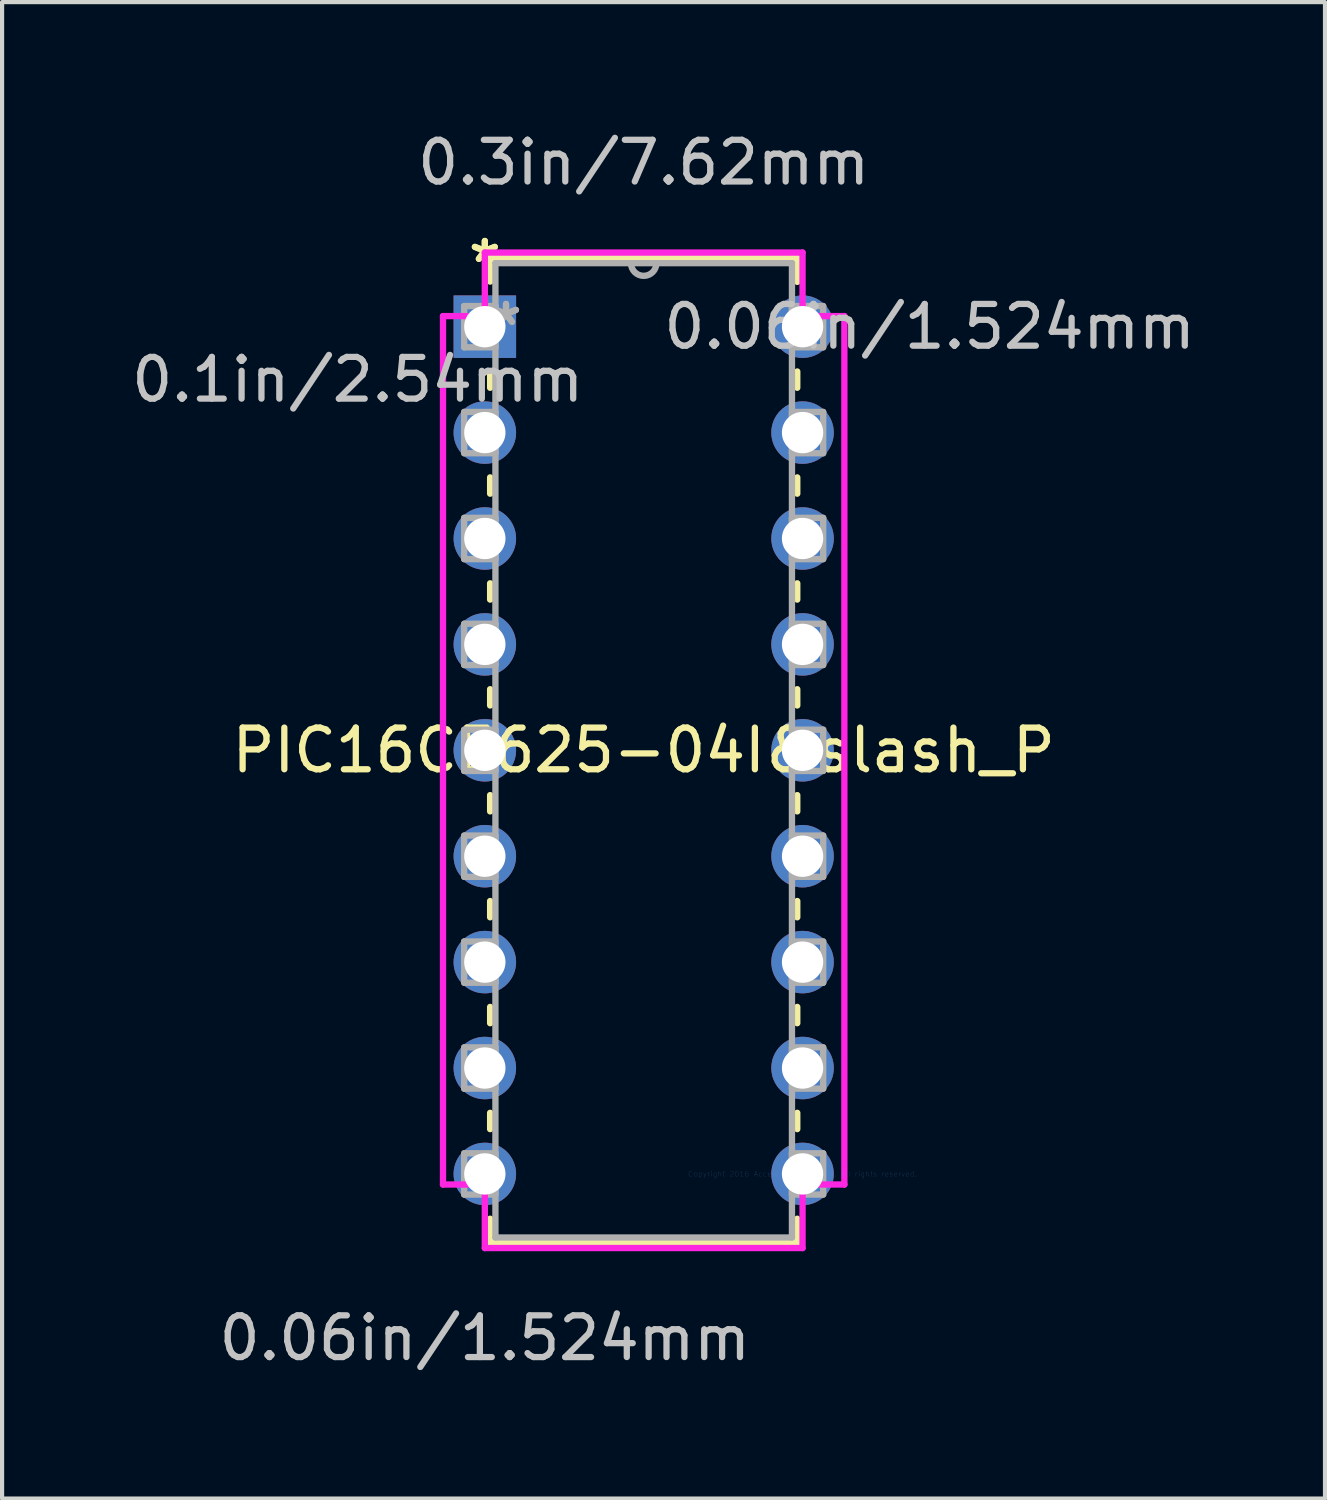
<source format=kicad_pcb>
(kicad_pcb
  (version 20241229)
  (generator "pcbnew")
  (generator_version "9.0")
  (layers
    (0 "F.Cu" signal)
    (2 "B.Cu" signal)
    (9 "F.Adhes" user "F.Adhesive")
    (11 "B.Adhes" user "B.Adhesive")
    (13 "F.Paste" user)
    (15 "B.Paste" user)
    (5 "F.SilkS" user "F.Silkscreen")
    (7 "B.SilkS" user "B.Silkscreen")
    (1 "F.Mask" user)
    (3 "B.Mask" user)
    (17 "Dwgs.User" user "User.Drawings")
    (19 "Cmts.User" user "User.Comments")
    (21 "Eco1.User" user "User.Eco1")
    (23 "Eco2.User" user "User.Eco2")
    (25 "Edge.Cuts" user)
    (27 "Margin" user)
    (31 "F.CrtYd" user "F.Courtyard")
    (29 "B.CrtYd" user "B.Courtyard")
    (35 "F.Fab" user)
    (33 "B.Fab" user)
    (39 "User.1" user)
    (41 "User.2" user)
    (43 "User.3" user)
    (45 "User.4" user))
  (footprint "PIC16CE625-04I&slash_P"
    (layer "F.Cu")
    (at 16.198 25.105)
    (property "Reference" "PIC16CE625-04I&slash_P" (at -3.81 -10.16 0) (layer "F.SilkS") (effects (font (size 1 1) (thickness 0.15))))
    (attr through_hole)
    (fp_line (start -7.493 -21.971) (end -7.493 -21.402) (stroke (width 0.152) (type solid)) (layer "F.SilkS"))
    (fp_line (start -7.493 -19.238) (end -7.493 -18.855) (stroke (width 0.152) (type solid)) (layer "F.SilkS"))
    (fp_line (start -7.493 -16.705) (end -7.493 -16.315) (stroke (width 0.152) (type solid)) (layer "F.SilkS"))
    (fp_line (start -7.493 -14.165) (end -7.493 -13.775) (stroke (width 0.152) (type solid)) (layer "F.SilkS"))
    (fp_line (start -7.493 -11.625) (end -7.493 -11.235) (stroke (width 0.152) (type solid)) (layer "F.SilkS"))
    (fp_line (start -7.493 -9.085) (end -7.493 -8.695) (stroke (width 0.152) (type solid)) (layer "F.SilkS"))
    (fp_line (start -7.493 -6.545) (end -7.493 -6.155) (stroke (width 0.152) (type solid)) (layer "F.SilkS"))
    (fp_line (start -7.493 -4.005) (end -7.493 -3.615) (stroke (width 0.152) (type solid)) (layer "F.SilkS"))
    (fp_line (start -7.493 -1.465) (end -7.493 -1.075) (stroke (width 0.152) (type solid)) (layer "F.SilkS"))
    (fp_line (start -7.493 1.075) (end -7.493 1.651) (stroke (width 0.152) (type solid)) (layer "F.SilkS"))
    (fp_line (start -7.493 1.651) (end -0.127 1.651) (stroke (width 0.152) (type solid)) (layer "F.SilkS"))
    (fp_line (start -0.127 -21.971) (end -7.493 -21.971) (stroke (width 0.152) (type solid)) (layer "F.SilkS"))
    (fp_line (start -0.127 -21.395) (end -0.127 -21.971) (stroke (width 0.152) (type solid)) (layer "F.SilkS"))
    (fp_line (start -0.127 -18.855) (end -0.127 -19.245) (stroke (width 0.152) (type solid)) (layer "F.SilkS"))
    (fp_line (start -0.127 -16.315) (end -0.127 -16.705) (stroke (width 0.152) (type solid)) (layer "F.SilkS"))
    (fp_line (start -0.127 -13.775) (end -0.127 -14.165) (stroke (width 0.152) (type solid)) (layer "F.SilkS"))
    (fp_line (start -0.127 -11.235) (end -0.127 -11.625) (stroke (width 0.152) (type solid)) (layer "F.SilkS"))
    (fp_line (start -0.127 -8.695) (end -0.127 -9.085) (stroke (width 0.152) (type solid)) (layer "F.SilkS"))
    (fp_line (start -0.127 -6.155) (end -0.127 -6.545) (stroke (width 0.152) (type solid)) (layer "F.SilkS"))
    (fp_line (start -0.127 -3.615) (end -0.127 -4.005) (stroke (width 0.152) (type solid)) (layer "F.SilkS"))
    (fp_line (start -0.127 -1.075) (end -0.127 -1.465) (stroke (width 0.152) (type solid)) (layer "F.SilkS"))
    (fp_line (start -0.127 1.651) (end -0.127 1.075) (stroke (width 0.152) (type solid)) (layer "F.SilkS"))
    (fp_line (start -8.623 -20.574) (end -8.623 0.254) (stroke (width 0.152) (type solid)) (layer "F.CrtYd"))
    (fp_line (start -8.623 0.254) (end -7.62 0.254) (stroke (width 0.152) (type solid)) (layer "F.CrtYd"))
    (fp_line (start -7.62 -22.098) (end -7.62 -20.574) (stroke (width 0.152) (type solid)) (layer "F.CrtYd"))
    (fp_line (start -7.62 -20.574) (end -8.623 -20.574) (stroke (width 0.152) (type solid)) (layer "F.CrtYd"))
    (fp_line (start -7.62 0.254) (end -7.62 1.778) (stroke (width 0.152) (type solid)) (layer "F.CrtYd"))
    (fp_line (start -7.62 1.778) (end 0 1.778) (stroke (width 0.152) (type solid)) (layer "F.CrtYd"))
    (fp_line (start 0 -22.098) (end -7.62 -22.098) (stroke (width 0.152) (type solid)) (layer "F.CrtYd"))
    (fp_line (start 0 -20.574) (end 0 -22.098) (stroke (width 0.152) (type solid)) (layer "F.CrtYd"))
    (fp_line (start 0 0.254) (end 1.003 0.254) (stroke (width 0.152) (type solid)) (layer "F.CrtYd"))
    (fp_line (start 0 1.778) (end 0 0.254) (stroke (width 0.152) (type solid)) (layer "F.CrtYd"))
    (fp_line (start 1.003 -20.574) (end 0 -20.574) (stroke (width 0.152) (type solid)) (layer "F.CrtYd"))
    (fp_line (start 1.003 0.254) (end 1.003 -20.574) (stroke (width 0.152) (type solid)) (layer "F.CrtYd"))
    (fp_line (start -8.115 -20.815) (end -8.115 -19.825) (stroke (width 0.152) (type solid)) (layer "F.Fab"))
    (fp_line (start -8.115 -19.825) (end -7.366 -19.825) (stroke (width 0.152) (type solid)) (layer "F.Fab"))
    (fp_line (start -8.115 -18.275) (end -8.115 -17.285) (stroke (width 0.152) (type solid)) (layer "F.Fab"))
    (fp_line (start -8.115 -17.285) (end -7.366 -17.285) (stroke (width 0.152) (type solid)) (layer "F.Fab"))
    (fp_line (start -8.115 -15.735) (end -8.115 -14.745) (stroke (width 0.152) (type solid)) (layer "F.Fab"))
    (fp_line (start -8.115 -14.745) (end -7.366 -14.745) (stroke (width 0.152) (type solid)) (layer "F.Fab"))
    (fp_line (start -8.115 -13.195) (end -8.115 -12.205) (stroke (width 0.152) (type solid)) (layer "F.Fab"))
    (fp_line (start -8.115 -12.205) (end -7.366 -12.205) (stroke (width 0.152) (type solid)) (layer "F.Fab"))
    (fp_line (start -8.115 -10.655) (end -8.115 -9.665) (stroke (width 0.152) (type solid)) (layer "F.Fab"))
    (fp_line (start -8.115 -9.665) (end -7.366 -9.665) (stroke (width 0.152) (type solid)) (layer "F.Fab"))
    (fp_line (start -8.115 -8.115) (end -8.115 -7.125) (stroke (width 0.152) (type solid)) (layer "F.Fab"))
    (fp_line (start -8.115 -7.125) (end -7.366 -7.125) (stroke (width 0.152) (type solid)) (layer "F.Fab"))
    (fp_line (start -8.115 -5.575) (end -8.115 -4.585) (stroke (width 0.152) (type solid)) (layer "F.Fab"))
    (fp_line (start -8.115 -4.585) (end -7.366 -4.585) (stroke (width 0.152) (type solid)) (layer "F.Fab"))
    (fp_line (start -8.115 -3.035) (end -8.115 -2.045) (stroke (width 0.152) (type solid)) (layer "F.Fab"))
    (fp_line (start -8.115 -2.045) (end -7.366 -2.045) (stroke (width 0.152) (type solid)) (layer "F.Fab"))
    (fp_line (start -8.115 -0.495) (end -8.115 0.495) (stroke (width 0.152) (type solid)) (layer "F.Fab"))
    (fp_line (start -8.115 0.495) (end -7.366 0.495) (stroke (width 0.152) (type solid)) (layer "F.Fab"))
    (fp_line (start -7.366 -21.844) (end -7.366 1.524) (stroke (width 0.152) (type solid)) (layer "F.Fab"))
    (fp_line (start -7.366 -20.815) (end -8.115 -20.815) (stroke (width 0.152) (type solid)) (layer "F.Fab"))
    (fp_line (start -7.366 -19.825) (end -7.366 -20.815) (stroke (width 0.152) (type solid)) (layer "F.Fab"))
    (fp_line (start -7.366 -18.275) (end -8.115 -18.275) (stroke (width 0.152) (type solid)) (layer "F.Fab"))
    (fp_line (start -7.366 -17.285) (end -7.366 -18.275) (stroke (width 0.152) (type solid)) (layer "F.Fab"))
    (fp_line (start -7.366 -15.735) (end -8.115 -15.735) (stroke (width 0.152) (type solid)) (layer "F.Fab"))
    (fp_line (start -7.366 -14.745) (end -7.366 -15.735) (stroke (width 0.152) (type solid)) (layer "F.Fab"))
    (fp_line (start -7.366 -13.195) (end -8.115 -13.195) (stroke (width 0.152) (type solid)) (layer "F.Fab"))
    (fp_line (start -7.366 -12.205) (end -7.366 -13.195) (stroke (width 0.152) (type solid)) (layer "F.Fab"))
    (fp_line (start -7.366 -10.655) (end -8.115 -10.655) (stroke (width 0.152) (type solid)) (layer "F.Fab"))
    (fp_line (start -7.366 -9.665) (end -7.366 -10.655) (stroke (width 0.152) (type solid)) (layer "F.Fab"))
    (fp_line (start -7.366 -8.115) (end -8.115 -8.115) (stroke (width 0.152) (type solid)) (layer "F.Fab"))
    (fp_line (start -7.366 -7.125) (end -7.366 -8.115) (stroke (width 0.152) (type solid)) (layer "F.Fab"))
    (fp_line (start -7.366 -5.575) (end -8.115 -5.575) (stroke (width 0.152) (type solid)) (layer "F.Fab"))
    (fp_line (start -7.366 -4.585) (end -7.366 -5.575) (stroke (width 0.152) (type solid)) (layer "F.Fab"))
    (fp_line (start -7.366 -3.035) (end -8.115 -3.035) (stroke (width 0.152) (type solid)) (layer "F.Fab"))
    (fp_line (start -7.366 -2.045) (end -7.366 -3.035) (stroke (width 0.152) (type solid)) (layer "F.Fab"))
    (fp_line (start -7.366 -0.495) (end -8.115 -0.495) (stroke (width 0.152) (type solid)) (layer "F.Fab"))
    (fp_line (start -7.366 0.495) (end -7.366 -0.495) (stroke (width 0.152) (type solid)) (layer "F.Fab"))
    (fp_line (start -7.366 1.524) (end -0.254 1.524) (stroke (width 0.152) (type solid)) (layer "F.Fab"))
    (fp_line (start -0.254 -21.844) (end -7.366 -21.844) (stroke (width 0.152) (type solid)) (layer "F.Fab"))
    (fp_line (start -0.254 -20.815) (end -0.254 -19.825) (stroke (width 0.152) (type solid)) (layer "F.Fab"))
    (fp_line (start -0.254 -19.825) (end 0.495 -19.825) (stroke (width 0.152) (type solid)) (layer "F.Fab"))
    (fp_line (start -0.254 -18.275) (end -0.254 -17.285) (stroke (width 0.152) (type solid)) (layer "F.Fab"))
    (fp_line (start -0.254 -17.285) (end 0.495 -17.285) (stroke (width 0.152) (type solid)) (layer "F.Fab"))
    (fp_line (start -0.254 -15.735) (end -0.254 -14.745) (stroke (width 0.152) (type solid)) (layer "F.Fab"))
    (fp_line (start -0.254 -14.745) (end 0.495 -14.745) (stroke (width 0.152) (type solid)) (layer "F.Fab"))
    (fp_line (start -0.254 -13.195) (end -0.254 -12.205) (stroke (width 0.152) (type solid)) (layer "F.Fab"))
    (fp_line (start -0.254 -12.205) (end 0.495 -12.205) (stroke (width 0.152) (type solid)) (layer "F.Fab"))
    (fp_line (start -0.254 -10.655) (end -0.254 -9.665) (stroke (width 0.152) (type solid)) (layer "F.Fab"))
    (fp_line (start -0.254 -9.665) (end 0.495 -9.665) (stroke (width 0.152) (type solid)) (layer "F.Fab"))
    (fp_line (start -0.254 -8.115) (end -0.254 -7.125) (stroke (width 0.152) (type solid)) (layer "F.Fab"))
    (fp_line (start -0.254 -7.125) (end 0.495 -7.125) (stroke (width 0.152) (type solid)) (layer "F.Fab"))
    (fp_line (start -0.254 -5.575) (end -0.254 -4.585) (stroke (width 0.152) (type solid)) (layer "F.Fab"))
    (fp_line (start -0.254 -4.585) (end 0.495 -4.585) (stroke (width 0.152) (type solid)) (layer "F.Fab"))
    (fp_line (start -0.254 -3.035) (end -0.254 -2.045) (stroke (width 0.152) (type solid)) (layer "F.Fab"))
    (fp_line (start -0.254 -2.045) (end 0.495 -2.045) (stroke (width 0.152) (type solid)) (layer "F.Fab"))
    (fp_line (start -0.254 -0.495) (end -0.254 0.495) (stroke (width 0.152) (type solid)) (layer "F.Fab"))
    (fp_line (start -0.254 0.495) (end 0.495 0.495) (stroke (width 0.152) (type solid)) (layer "F.Fab"))
    (fp_line (start -0.254 1.524) (end -0.254 -21.844) (stroke (width 0.152) (type solid)) (layer "F.Fab"))
    (fp_line (start 0.495 -20.815) (end -0.254 -20.815) (stroke (width 0.152) (type solid)) (layer "F.Fab"))
    (fp_line (start 0.495 -19.825) (end 0.495 -20.815) (stroke (width 0.152) (type solid)) (layer "F.Fab"))
    (fp_line (start 0.495 -18.275) (end -0.254 -18.275) (stroke (width 0.152) (type solid)) (layer "F.Fab"))
    (fp_line (start 0.495 -17.285) (end 0.495 -18.275) (stroke (width 0.152) (type solid)) (layer "F.Fab"))
    (fp_line (start 0.495 -15.735) (end -0.254 -15.735) (stroke (width 0.152) (type solid)) (layer "F.Fab"))
    (fp_line (start 0.495 -14.745) (end 0.495 -15.735) (stroke (width 0.152) (type solid)) (layer "F.Fab"))
    (fp_line (start 0.495 -13.195) (end -0.254 -13.195) (stroke (width 0.152) (type solid)) (layer "F.Fab"))
    (fp_line (start 0.495 -12.205) (end 0.495 -13.195) (stroke (width 0.152) (type solid)) (layer "F.Fab"))
    (fp_line (start 0.495 -10.655) (end -0.254 -10.655) (stroke (width 0.152) (type solid)) (layer "F.Fab"))
    (fp_line (start 0.495 -9.665) (end 0.495 -10.655) (stroke (width 0.152) (type solid)) (layer "F.Fab"))
    (fp_line (start 0.495 -8.115) (end -0.254 -8.115) (stroke (width 0.152) (type solid)) (layer "F.Fab"))
    (fp_line (start 0.495 -7.125) (end 0.495 -8.115) (stroke (width 0.152) (type solid)) (layer "F.Fab"))
    (fp_line (start 0.495 -5.575) (end -0.254 -5.575) (stroke (width 0.152) (type solid)) (layer "F.Fab"))
    (fp_line (start 0.495 -4.585) (end 0.495 -5.575) (stroke (width 0.152) (type solid)) (layer "F.Fab"))
    (fp_line (start 0.495 -3.035) (end -0.254 -3.035) (stroke (width 0.152) (type solid)) (layer "F.Fab"))
    (fp_line (start 0.495 -2.045) (end 0.495 -3.035) (stroke (width 0.152) (type solid)) (layer "F.Fab"))
    (fp_line (start 0.495 -0.495) (end -0.254 -0.495) (stroke (width 0.152) (type solid)) (layer "F.Fab"))
    (fp_line (start 0.495 0.495) (end 0.495 -0.495) (stroke (width 0.152) (type solid)) (layer "F.Fab"))
    (fp_arc (start -3.5052 -21.844) (mid -3.81 -21.5392) (end -4.1148 -21.844) (stroke (width 0.1524) (type solid)) (layer "F.Fab"))
    (fp_text user "*" (at -7.62 -21.831 0) (layer "F.SilkS") (effects (font (size 1 1) (thickness 0.15))))
    (fp_text user "*" (at -7.62 -21.831 0) (layer "F.SilkS") (effects (font (size 1 1) (thickness 0.15))))
    (fp_text user "0.06in/1.524mm" (at 3.048 -20.32 0) (layer "Dwgs.User") (effects (font (size 1 1) (thickness 0.15))))
    (fp_text user "0.1in/2.54mm" (at -10.668 -19.05 0) (layer "Dwgs.User") (effects (font (size 1 1) (thickness 0.15))))
    (fp_text user "0.06in/1.524mm" (at -7.62 3.937 0) (layer "Dwgs.User") (effects (font (size 1 1) (thickness 0.15))))
    (fp_text user "0.3in/7.62mm" (at -3.81 -24.257 0) (layer "Dwgs.User") (effects (font (size 1 1) (thickness 0.15))))
    (fp_text user "Copyright 2016 Accelerated Designs. All rights reserved." (at 0 0 0) (layer "Cmts.User") (effects (font (size 0.127 0.127) (thickness 0.002))))
    (fp_text user "*" (at -7.112 -20.32 0) (layer "F.Fab") (effects (font (size 1 1) (thickness 0.15))))
    (fp_text user "*" (at -7.112 -20.32 0) (layer "F.Fab") (effects (font (size 1 1) (thickness 0.15))))
    (pad "1" thru_hole rect (at -7.62 -20.32) (size 1.499 1.499) (drill 0.991) (layers "*.Cu" "*.Mask"))
    (pad "2" thru_hole circle (at -7.62 -17.78) (size 1.499 1.499) (drill 0.991) (layers "*.Cu" "*.Mask"))
    (pad "3" thru_hole circle (at -7.62 -15.24) (size 1.499 1.499) (drill 0.991) (layers "*.Cu" "*.Mask"))
    (pad "4" thru_hole circle (at -7.62 -12.7) (size 1.499 1.499) (drill 0.991) (layers "*.Cu" "*.Mask"))
    (pad "5" thru_hole circle (at -7.62 -10.16) (size 1.499 1.499) (drill 0.991) (layers "*.Cu" "*.Mask"))
    (pad "6" thru_hole circle (at -7.62 -7.62) (size 1.499 1.499) (drill 0.991) (layers "*.Cu" "*.Mask"))
    (pad "7" thru_hole circle (at -7.62 -5.08) (size 1.499 1.499) (drill 0.991) (layers "*.Cu" "*.Mask"))
    (pad "8" thru_hole circle (at -7.62 -2.54) (size 1.499 1.499) (drill 0.991) (layers "*.Cu" "*.Mask"))
    (pad "9" thru_hole circle (at -7.62 0) (size 1.499 1.499) (drill 0.991) (layers "*.Cu" "*.Mask"))
    (pad "10" thru_hole circle (at 0 0) (size 1.499 1.499) (drill 0.991) (layers "*.Cu" "*.Mask"))
    (pad "11" thru_hole circle (at 0 -2.54) (size 1.499 1.499) (drill 0.991) (layers "*.Cu" "*.Mask"))
    (pad "12" thru_hole circle (at 0 -5.08) (size 1.499 1.499) (drill 0.991) (layers "*.Cu" "*.Mask"))
    (pad "13" thru_hole circle (at 0 -7.62) (size 1.499 1.499) (drill 0.991) (layers "*.Cu" "*.Mask"))
    (pad "14" thru_hole circle (at 0 -10.16) (size 1.499 1.499) (drill 0.991) (layers "*.Cu" "*.Mask"))
    (pad "15" thru_hole circle (at 0 -12.7) (size 1.499 1.499) (drill 0.991) (layers "*.Cu" "*.Mask"))
    (pad "16" thru_hole circle (at 0 -15.24) (size 1.499 1.499) (drill 0.991) (layers "*.Cu" "*.Mask"))
    (pad "17" thru_hole circle (at 0 -17.78) (size 1.499 1.499) (drill 0.991) (layers "*.Cu" "*.Mask"))
    (pad "18" thru_hole circle (at 0 -20.32) (size 1.499 1.499) (drill 0.991) (layers "*.Cu" "*.Mask")))
  (gr_rect
    (start -3 -3)
    (end 28.728 32.891)
    (stroke (width 0.1) (type default))
    (fill no)
    (layer "Edge.Cuts")))
</source>
